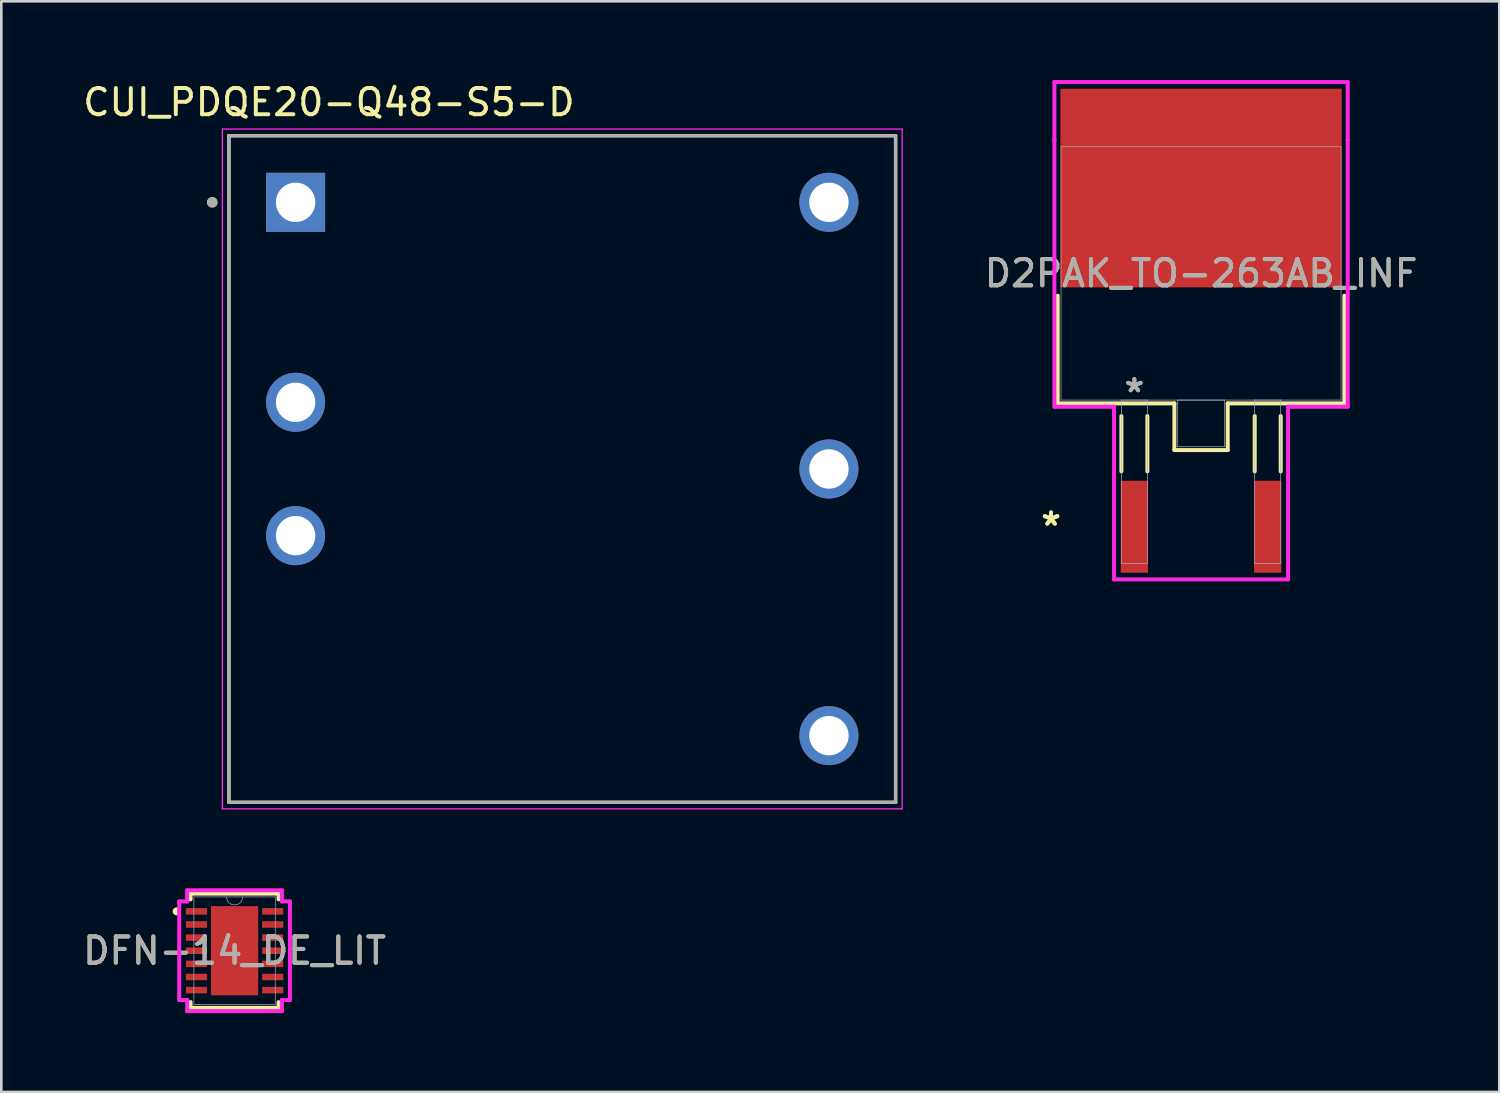
<source format=kicad_pcb>
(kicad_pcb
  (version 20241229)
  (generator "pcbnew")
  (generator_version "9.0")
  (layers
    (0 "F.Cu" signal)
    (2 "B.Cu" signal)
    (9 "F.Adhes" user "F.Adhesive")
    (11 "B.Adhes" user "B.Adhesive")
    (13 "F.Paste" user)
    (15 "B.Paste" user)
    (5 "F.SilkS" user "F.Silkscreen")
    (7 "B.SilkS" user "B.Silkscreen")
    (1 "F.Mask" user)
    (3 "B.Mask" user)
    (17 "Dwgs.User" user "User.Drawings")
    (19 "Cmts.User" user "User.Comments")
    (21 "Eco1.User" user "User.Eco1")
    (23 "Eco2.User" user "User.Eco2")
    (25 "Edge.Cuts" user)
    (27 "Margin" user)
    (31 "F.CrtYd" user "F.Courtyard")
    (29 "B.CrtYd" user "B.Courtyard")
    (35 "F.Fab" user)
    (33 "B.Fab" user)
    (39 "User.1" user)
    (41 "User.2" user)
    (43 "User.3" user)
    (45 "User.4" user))
  (footprint "DFN-14_DE_LIT"
    (layer "F.Cu")
    (at 5.887 33.173)
    (property "Reference" "DFN-14_DE_LIT" (at 0 0 0) (unlocked yes) (layer "F.SilkS") (effects (font (size 1 1) (thickness 0.15))))
    (attr smd)
    (fp_line (start -1.677 -2.177) (end -1.677 -1.957) (stroke (width 0.152) (type solid)) (layer "F.SilkS"))
    (fp_line (start -1.677 1.957) (end -1.677 2.177) (stroke (width 0.152) (type solid)) (layer "F.SilkS"))
    (fp_line (start -1.677 2.177) (end 1.677 2.177) (stroke (width 0.152) (type solid)) (layer "F.SilkS"))
    (fp_line (start 1.677 -2.177) (end -1.677 -2.177) (stroke (width 0.152) (type solid)) (layer "F.SilkS"))
    (fp_line (start 1.677 -1.957) (end 1.677 -2.177) (stroke (width 0.152) (type solid)) (layer "F.SilkS"))
    (fp_line (start 1.677 2.177) (end 1.677 1.957) (stroke (width 0.152) (type solid)) (layer "F.SilkS"))
    (fp_arc (start -2.18754 -1.42617) (mid -2.2826 -1.5) (end -2.18754 -1.573829) (stroke (width 0.1524) (type solid)) (layer "F.SilkS"))
    (fp_poly (pts (xy -0.8 -1.6) (xy -0.8 -0.1) (xy 0.8 -0.1) (xy 0.8 -1.6)) (stroke (width 0) (type solid)) (fill yes) (layer "F.Paste"))
    (fp_poly (pts (xy -0.8 0.1) (xy -0.8 1.6) (xy 0.8 1.6) (xy 0.8 0.1)) (stroke (width 0) (type solid)) (fill yes) (layer "F.Paste"))
    (fp_line (start -2.109 -1.879) (end -1.804 -1.879) (stroke (width 0.152) (type solid)) (layer "F.CrtYd"))
    (fp_line (start -2.109 1.879) (end -2.109 -1.879) (stroke (width 0.152) (type solid)) (layer "F.CrtYd"))
    (fp_line (start -2.109 1.879) (end -1.804 1.879) (stroke (width 0.152) (type solid)) (layer "F.CrtYd"))
    (fp_line (start -1.804 -2.304) (end 1.804 -2.304) (stroke (width 0.152) (type solid)) (layer "F.CrtYd"))
    (fp_line (start -1.804 -1.879) (end -1.804 -2.304) (stroke (width 0.152) (type solid)) (layer "F.CrtYd"))
    (fp_line (start -1.804 2.304) (end -1.804 1.879) (stroke (width 0.152) (type solid)) (layer "F.CrtYd"))
    (fp_line (start 1.804 -2.304) (end 1.804 -1.879) (stroke (width 0.152) (type solid)) (layer "F.CrtYd"))
    (fp_line (start 1.804 1.879) (end 1.804 2.304) (stroke (width 0.152) (type solid)) (layer "F.CrtYd"))
    (fp_line (start 1.804 2.304) (end -1.804 2.304) (stroke (width 0.152) (type solid)) (layer "F.CrtYd"))
    (fp_line (start 2.109 -1.879) (end 1.804 -1.879) (stroke (width 0.152) (type solid)) (layer "F.CrtYd"))
    (fp_line (start 2.109 -1.879) (end 2.109 1.879) (stroke (width 0.152) (type solid)) (layer "F.CrtYd"))
    (fp_line (start 2.109 1.879) (end 1.804 1.879) (stroke (width 0.152) (type solid)) (layer "F.CrtYd"))
    (fp_line (start -1.55 -2.05) (end -1.55 2.05) (stroke (width 0.025) (type solid)) (layer "F.Fab"))
    (fp_line (start -1.55 2.05) (end 1.55 2.05) (stroke (width 0.025) (type solid)) (layer "F.Fab"))
    (fp_line (start 1.55 -2.05) (end -1.55 -2.05) (stroke (width 0.025) (type solid)) (layer "F.Fab"))
    (fp_line (start 1.55 2.05) (end 1.55 -2.05) (stroke (width 0.025) (type solid)) (layer "F.Fab"))
    (fp_arc (start 0.3048 -2.05) (mid 0 -1.7452) (end -0.3048 -2.05) (stroke (width 0.0254) (type solid)) (layer "F.Fab"))
    (fp_text user "${REFERENCE}" (at 0 0 0) (unlocked yes) (layer "F.Fab") (effects (font (size 1 1) (thickness 0.15))))
    (pad "1" smd rect (at -1.452 -1.5) (size 0.805 0.249) (layers "F.Cu" "F.Mask" "F.Paste"))
    (pad "2" smd rect (at -1.452 -1) (size 0.805 0.249) (layers "F.Cu" "F.Mask" "F.Paste"))
    (pad "3" smd rect (at -1.452 -0.5) (size 0.805 0.249) (layers "F.Cu" "F.Mask" "F.Paste"))
    (pad "4" smd rect (at -1.452 0) (size 0.805 0.249) (layers "F.Cu" "F.Mask" "F.Paste"))
    (pad "5" smd rect (at -1.452 0.5) (size 0.805 0.249) (layers "F.Cu" "F.Mask" "F.Paste"))
    (pad "6" smd rect (at -1.452 1) (size 0.805 0.249) (layers "F.Cu" "F.Mask" "F.Paste"))
    (pad "7" smd rect (at -1.452 1.5) (size 0.805 0.249) (layers "F.Cu" "F.Mask" "F.Paste"))
    (pad "8" smd rect (at 1.452 1.5) (size 0.805 0.249) (layers "F.Cu" "F.Mask" "F.Paste"))
    (pad "9" smd rect (at 1.452 1) (size 0.805 0.249) (layers "F.Cu" "F.Mask" "F.Paste"))
    (pad "10" smd rect (at 1.452 0.5) (size 0.805 0.249) (layers "F.Cu" "F.Mask" "F.Paste"))
    (pad "11" smd rect (at 1.452 0) (size 0.805 0.249) (layers "F.Cu" "F.Mask" "F.Paste"))
    (pad "12" smd rect (at 1.452 -0.5) (size 0.805 0.249) (layers "F.Cu" "F.Mask" "F.Paste"))
    (pad "13" smd rect (at 1.452 -1) (size 0.805 0.249) (layers "F.Cu" "F.Mask" "F.Paste"))
    (pad "14" smd rect (at 1.452 -1.5) (size 0.805 0.249) (layers "F.Cu" "F.Mask" "F.Paste"))
    (pad "15" smd rect (at 0 0) (size 1.8 3.4) (layers "F.Cu" "F.Mask" "F.Paste")))
  (footprint "CUI_PDQE20-Q48-S5-D"
    (layer "F.Cu")
    (at 18.372 14.818)
    (property "Reference" "CUI_PDQE20-Q48-S5-D" (at -8.89 -13.97 0) (layer "F.SilkS") (effects (font (size 1 1) (thickness 0.15))))
    (attr through_hole)
    (fp_line (start -12.7 -12.7) (end -12.7 12.7) (stroke (width 0.127) (type solid)) (layer "F.SilkS"))
    (fp_line (start -12.7 12.7) (end 12.7 12.7) (stroke (width 0.127) (type solid)) (layer "F.SilkS"))
    (fp_line (start 12.7 -12.7) (end -12.7 -12.7) (stroke (width 0.127) (type solid)) (layer "F.SilkS"))
    (fp_line (start 12.7 12.7) (end 12.7 -12.7) (stroke (width 0.127) (type solid)) (layer "F.SilkS"))
    (fp_circle (center -13.335 -10.16) (end -13.235 -10.16) (stroke (width 0.2) (type solid)) (fill no) (layer "F.SilkS"))
    (fp_line (start -12.95 -12.95) (end -12.95 12.95) (stroke (width 0.05) (type solid)) (layer "F.CrtYd"))
    (fp_line (start -12.95 12.95) (end 12.95 12.95) (stroke (width 0.05) (type solid)) (layer "F.CrtYd"))
    (fp_line (start 12.95 -12.95) (end -12.95 -12.95) (stroke (width 0.05) (type solid)) (layer "F.CrtYd"))
    (fp_line (start 12.95 12.95) (end 12.95 -12.95) (stroke (width 0.05) (type solid)) (layer "F.CrtYd"))
    (fp_line (start -12.7 -12.7) (end -12.7 12.7) (stroke (width 0.127) (type solid)) (layer "F.Fab"))
    (fp_line (start -12.7 12.7) (end 12.7 12.7) (stroke (width 0.127) (type solid)) (layer "F.Fab"))
    (fp_line (start 12.7 -12.7) (end -12.7 -12.7) (stroke (width 0.127) (type solid)) (layer "F.Fab"))
    (fp_line (start 12.7 12.7) (end 12.7 -12.7) (stroke (width 0.127) (type solid)) (layer "F.Fab"))
    (fp_circle (center -13.335 -10.16) (end -13.235 -10.16) (stroke (width 0.2) (type solid)) (fill no) (layer "F.Fab"))
    (pad "1" thru_hole rect (at -10.16 -10.16) (size 2.25 2.25) (drill 1.5) (layers "*.Cu" "*.Mask"))
    (pad "2" thru_hole circle (at -10.16 -2.54) (size 2.25 2.25) (drill 1.5) (layers "*.Cu" "*.Mask"))
    (pad "3" thru_hole circle (at -10.16 2.54) (size 2.25 2.25) (drill 1.5) (layers "*.Cu" "*.Mask"))
    (pad "4" thru_hole circle (at 10.16 10.16) (size 2.25 2.25) (drill 1.5) (layers "*.Cu" "*.Mask"))
    (pad "5" thru_hole circle (at 10.16 0) (size 2.25 2.25) (drill 1.5) (layers "*.Cu" "*.Mask"))
    (pad "6" thru_hole circle (at 10.16 -10.16) (size 2.25 2.25) (drill 1.5) (layers "*.Cu" "*.Mask")))
  (footprint "D2PAK_TO-263AB_INF"
    (layer "F.Cu")
    (at 42.71 7.366)
    (property "Reference" "D2PAK_TO-263AB_INF" (at 0 0 0) (unlocked yes) (layer "F.SilkS") (effects (font (size 1 1) (thickness 0.15))))
    (attr smd)
    (fp_line (start -5.461 0.85) (end -5.461 4.953) (stroke (width 0.152) (type solid)) (layer "F.SilkS"))
    (fp_line (start -5.461 4.953) (end -1.016 4.953) (stroke (width 0.152) (type solid)) (layer "F.SilkS"))
    (fp_line (start -3.035 5.436) (end -3.035 7.544) (stroke (width 0.152) (type solid)) (layer "F.SilkS"))
    (fp_line (start -2.045 5.436) (end -2.045 7.544) (stroke (width 0.152) (type solid)) (layer "F.SilkS"))
    (fp_line (start -1.016 4.953) (end -1.016 6.731) (stroke (width 0.152) (type solid)) (layer "F.SilkS"))
    (fp_line (start -1.016 6.731) (end 1.016 6.731) (stroke (width 0.152) (type solid)) (layer "F.SilkS"))
    (fp_line (start 1.016 4.953) (end 5.461 4.953) (stroke (width 0.152) (type solid)) (layer "F.SilkS"))
    (fp_line (start 1.016 6.731) (end 1.016 4.953) (stroke (width 0.152) (type solid)) (layer "F.SilkS"))
    (fp_line (start 2.045 5.436) (end 2.045 7.544) (stroke (width 0.152) (type solid)) (layer "F.SilkS"))
    (fp_line (start 3.035 5.436) (end 3.035 7.544) (stroke (width 0.152) (type solid)) (layer "F.SilkS"))
    (fp_line (start 5.461 4.953) (end 5.461 0.85) (stroke (width 0.152) (type solid)) (layer "F.SilkS"))
    (fp_line (start -5.588 -7.29) (end 5.588 -7.29) (stroke (width 0.152) (type solid)) (layer "F.CrtYd"))
    (fp_line (start -5.588 -5.08) (end -5.588 -7.29) (stroke (width 0.152) (type solid)) (layer "F.CrtYd"))
    (fp_line (start -5.588 -5.08) (end -5.588 -5.08) (stroke (width 0.152) (type solid)) (layer "F.CrtYd"))
    (fp_line (start -5.588 5.08) (end -5.588 -5.08) (stroke (width 0.152) (type solid)) (layer "F.CrtYd"))
    (fp_line (start -3.315 5.08) (end -5.588 5.08) (stroke (width 0.152) (type solid)) (layer "F.CrtYd"))
    (fp_line (start -3.315 11.659) (end -3.315 5.08) (stroke (width 0.152) (type solid)) (layer "F.CrtYd"))
    (fp_line (start 3.315 5.08) (end 3.315 11.659) (stroke (width 0.152) (type solid)) (layer "F.CrtYd"))
    (fp_line (start 3.315 11.659) (end -3.315 11.659) (stroke (width 0.152) (type solid)) (layer "F.CrtYd"))
    (fp_line (start 5.588 -7.29) (end 5.588 -5.08) (stroke (width 0.152) (type solid)) (layer "F.CrtYd"))
    (fp_line (start 5.588 -5.08) (end 5.588 -5.08) (stroke (width 0.152) (type solid)) (layer "F.CrtYd"))
    (fp_line (start 5.588 -5.08) (end 5.588 5.08) (stroke (width 0.152) (type solid)) (layer "F.CrtYd"))
    (fp_line (start 5.588 5.08) (end 3.315 5.08) (stroke (width 0.152) (type solid)) (layer "F.CrtYd"))
    (fp_line (start -5.334 -4.826) (end -5.334 4.826) (stroke (width 0.025) (type solid)) (layer "F.Fab"))
    (fp_line (start -5.334 4.826) (end 5.334 4.826) (stroke (width 0.025) (type solid)) (layer "F.Fab"))
    (fp_line (start -3.035 4.826) (end -3.035 11.049) (stroke (width 0.025) (type solid)) (layer "F.Fab"))
    (fp_line (start -3.035 11.049) (end -2.045 11.049) (stroke (width 0.025) (type solid)) (layer "F.Fab"))
    (fp_line (start -2.045 4.826) (end -3.035 4.826) (stroke (width 0.025) (type solid)) (layer "F.Fab"))
    (fp_line (start -2.045 11.049) (end -2.045 4.826) (stroke (width 0.025) (type solid)) (layer "F.Fab"))
    (fp_line (start -0.889 4.826) (end -0.889 6.604) (stroke (width 0.025) (type solid)) (layer "F.Fab"))
    (fp_line (start -0.889 6.604) (end 0.889 6.604) (stroke (width 0.025) (type solid)) (layer "F.Fab"))
    (fp_line (start 0.889 4.826) (end -0.889 4.826) (stroke (width 0.025) (type solid)) (layer "F.Fab"))
    (fp_line (start 0.889 6.604) (end 0.889 4.826) (stroke (width 0.025) (type solid)) (layer "F.Fab"))
    (fp_line (start 2.045 4.826) (end 2.045 11.049) (stroke (width 0.025) (type solid)) (layer "F.Fab"))
    (fp_line (start 2.045 11.049) (end 3.035 11.049) (stroke (width 0.025) (type solid)) (layer "F.Fab"))
    (fp_line (start 3.035 4.826) (end 2.045 4.826) (stroke (width 0.025) (type solid)) (layer "F.Fab"))
    (fp_line (start 3.035 11.049) (end 3.035 4.826) (stroke (width 0.025) (type solid)) (layer "F.Fab"))
    (fp_line (start 5.334 -4.826) (end -5.334 -4.826) (stroke (width 0.025) (type solid)) (layer "F.Fab"))
    (fp_line (start 5.334 4.826) (end 5.334 -4.826) (stroke (width 0.025) (type solid)) (layer "F.Fab"))
    (fp_text user "*" (at -5.715 9.652 0) (layer "F.SilkS") (effects (font (size 1 1) (thickness 0.15))))
    (fp_text user "*" (at -5.715 9.652 0) (unlocked yes) (layer "F.SilkS") (effects (font (size 1 1) (thickness 0.15))))
    (fp_text user "${REFERENCE}" (at 0 0 0) (unlocked yes) (layer "F.Fab") (effects (font (size 1 1) (thickness 0.15))))
    (fp_text user "*" (at -2.54 4.572 0) (layer "F.Fab") (effects (font (size 1 1) (thickness 0.15))))
    (fp_text user "*" (at -2.54 4.572 0) (unlocked yes) (layer "F.Fab") (effects (font (size 1 1) (thickness 0.15))))
    (pad "1" smd rect (at -2.54 9.652) (size 1.041 3.505) (layers "F.Cu" "F.Mask" "F.Paste"))
    (pad "2" smd rect (at 2.54 9.652) (size 1.041 3.505) (layers "F.Cu" "F.Mask" "F.Paste"))
    (pad "3" smd rect (at 0 -3.251) (size 10.719 7.569) (layers "F.Cu" "F.Mask" "F.Paste")))
  (gr_rect
    (start -3 -3)
    (end 54.073 38.554)
    (stroke (width 0.1) (type default))
    (fill no)
    (layer "Edge.Cuts")))
</source>
